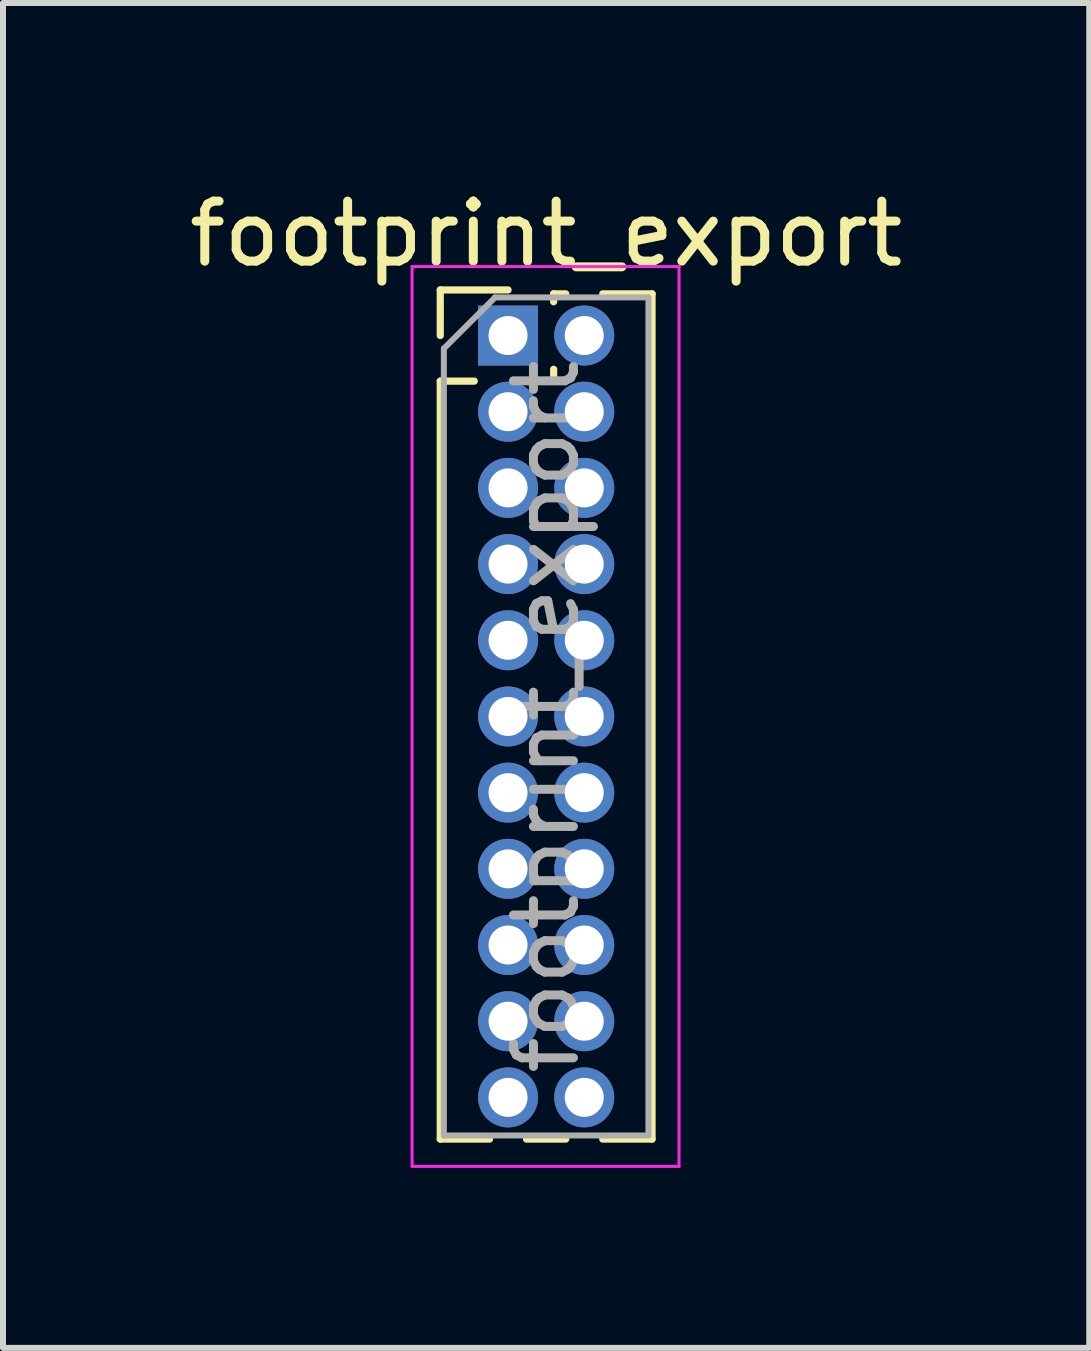
<source format=kicad_pcb>
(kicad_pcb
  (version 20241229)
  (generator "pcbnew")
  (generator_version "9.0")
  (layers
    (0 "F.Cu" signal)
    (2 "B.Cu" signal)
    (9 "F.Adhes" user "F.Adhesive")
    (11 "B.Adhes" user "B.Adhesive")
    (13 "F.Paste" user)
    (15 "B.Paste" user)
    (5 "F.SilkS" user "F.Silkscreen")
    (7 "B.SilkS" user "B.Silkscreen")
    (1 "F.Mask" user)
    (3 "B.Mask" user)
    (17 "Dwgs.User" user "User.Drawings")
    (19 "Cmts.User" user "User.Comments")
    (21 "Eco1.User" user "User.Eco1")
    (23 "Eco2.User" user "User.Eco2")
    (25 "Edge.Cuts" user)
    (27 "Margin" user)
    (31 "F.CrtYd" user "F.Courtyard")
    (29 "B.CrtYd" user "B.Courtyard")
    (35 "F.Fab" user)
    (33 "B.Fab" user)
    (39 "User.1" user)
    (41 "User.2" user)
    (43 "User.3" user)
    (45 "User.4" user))
  (footprint "footprint_export"
    (layer "F.Cu")
    (at 5.419 2.543)
    (property "Reference" "footprint_export" (at 0.635 -1.695 0) (layer "F.SilkS") (effects (font (size 1 1) (thickness 0.15))))
    (attr through_hole)
    (fp_line (start -1.13 -0.76) (end 0 -0.76) (stroke (width 0.12) (type solid)) (layer "F.SilkS"))
    (fp_line (start -1.13 0) (end -1.13 -0.76) (stroke (width 0.12) (type solid)) (layer "F.SilkS"))
    (fp_line (start -1.13 0.76) (end -1.13 13.395) (stroke (width 0.12) (type solid)) (layer "F.SilkS"))
    (fp_line (start -1.13 0.76) (end -0.563 0.76) (stroke (width 0.12) (type solid)) (layer "F.SilkS"))
    (fp_line (start -1.13 13.395) (end -0.308 13.395) (stroke (width 0.12) (type solid)) (layer "F.SilkS"))
    (fp_line (start 0.308 13.395) (end 0.962 13.395) (stroke (width 0.12) (type solid)) (layer "F.SilkS"))
    (fp_line (start 0.563 0.76) (end 0.707 0.76) (stroke (width 0.12) (type solid)) (layer "F.SilkS"))
    (fp_line (start 0.76 -0.695) (end 0.962 -0.695) (stroke (width 0.12) (type solid)) (layer "F.SilkS"))
    (fp_line (start 0.76 -0.563) (end 0.76 -0.695) (stroke (width 0.12) (type solid)) (layer "F.SilkS"))
    (fp_line (start 0.76 0.707) (end 0.76 0.563) (stroke (width 0.12) (type solid)) (layer "F.SilkS"))
    (fp_line (start 1.578 -0.695) (end 2.4 -0.695) (stroke (width 0.12) (type solid)) (layer "F.SilkS"))
    (fp_line (start 1.578 13.395) (end 2.4 13.395) (stroke (width 0.12) (type solid)) (layer "F.SilkS"))
    (fp_line (start 2.4 -0.695) (end 2.4 13.395) (stroke (width 0.12) (type solid)) (layer "F.SilkS"))
    (fp_line (start -1.6 -1.15) (end -1.6 13.85) (stroke (width 0.05) (type solid)) (layer "F.CrtYd"))
    (fp_line (start -1.6 13.85) (end 2.85 13.85) (stroke (width 0.05) (type solid)) (layer "F.CrtYd"))
    (fp_line (start 2.85 -1.15) (end -1.6 -1.15) (stroke (width 0.05) (type solid)) (layer "F.CrtYd"))
    (fp_line (start 2.85 13.85) (end 2.85 -1.15) (stroke (width 0.05) (type solid)) (layer "F.CrtYd"))
    (fp_line (start -1.07 0.217) (end -0.217 -0.635) (stroke (width 0.1) (type solid)) (layer "F.Fab"))
    (fp_line (start -1.07 13.335) (end -1.07 0.217) (stroke (width 0.1) (type solid)) (layer "F.Fab"))
    (fp_line (start -0.217 -0.635) (end 2.34 -0.635) (stroke (width 0.1) (type solid)) (layer "F.Fab"))
    (fp_line (start 2.34 -0.635) (end 2.34 13.335) (stroke (width 0.1) (type solid)) (layer "F.Fab"))
    (fp_line (start 2.34 13.335) (end -1.07 13.335) (stroke (width 0.1) (type solid)) (layer "F.Fab"))
    (fp_text user "${REFERENCE}" (at 0.635 6.35 90) (layer "F.Fab") (effects (font (size 1 1) (thickness 0.15))))
    (pad "1" thru_hole rect (at 0 0) (size 1 1) (drill 0.65) (layers "*.Cu" "*.Mask"))
    (pad "2" thru_hole oval (at 1.27 0) (size 1 1) (drill 0.65) (layers "*.Cu" "*.Mask"))
    (pad "3" thru_hole oval (at 0 1.27) (size 1 1) (drill 0.65) (layers "*.Cu" "*.Mask"))
    (pad "4" thru_hole oval (at 1.27 1.27) (size 1 1) (drill 0.65) (layers "*.Cu" "*.Mask"))
    (pad "5" thru_hole oval (at 0 2.54) (size 1 1) (drill 0.65) (layers "*.Cu" "*.Mask"))
    (pad "6" thru_hole oval (at 1.27 2.54) (size 1 1) (drill 0.65) (layers "*.Cu" "*.Mask"))
    (pad "7" thru_hole oval (at 0 3.81) (size 1 1) (drill 0.65) (layers "*.Cu" "*.Mask"))
    (pad "8" thru_hole oval (at 1.27 3.81) (size 1 1) (drill 0.65) (layers "*.Cu" "*.Mask"))
    (pad "9" thru_hole oval (at 0 5.08) (size 1 1) (drill 0.65) (layers "*.Cu" "*.Mask"))
    (pad "10" thru_hole oval (at 1.27 5.08) (size 1 1) (drill 0.65) (layers "*.Cu" "*.Mask"))
    (pad "11" thru_hole oval (at 0 6.35) (size 1 1) (drill 0.65) (layers "*.Cu" "*.Mask"))
    (pad "12" thru_hole oval (at 1.27 6.35) (size 1 1) (drill 0.65) (layers "*.Cu" "*.Mask"))
    (pad "13" thru_hole oval (at 0 7.62) (size 1 1) (drill 0.65) (layers "*.Cu" "*.Mask"))
    (pad "14" thru_hole oval (at 1.27 7.62) (size 1 1) (drill 0.65) (layers "*.Cu" "*.Mask"))
    (pad "15" thru_hole oval (at 0 8.89) (size 1 1) (drill 0.65) (layers "*.Cu" "*.Mask"))
    (pad "16" thru_hole oval (at 1.27 8.89) (size 1 1) (drill 0.65) (layers "*.Cu" "*.Mask"))
    (pad "17" thru_hole oval (at 0 10.16) (size 1 1) (drill 0.65) (layers "*.Cu" "*.Mask"))
    (pad "18" thru_hole oval (at 1.27 10.16) (size 1 1) (drill 0.65) (layers "*.Cu" "*.Mask"))
    (pad "19" thru_hole oval (at 0 11.43) (size 1 1) (drill 0.65) (layers "*.Cu" "*.Mask"))
    (pad "20" thru_hole oval (at 1.27 11.43) (size 1 1) (drill 0.65) (layers "*.Cu" "*.Mask"))
    (pad "21" thru_hole oval (at 0 12.7) (size 1 1) (drill 0.65) (layers "*.Cu" "*.Mask"))
    (pad "22" thru_hole oval (at 1.27 12.7) (size 1 1) (drill 0.65) (layers "*.Cu" "*.Mask")))
  (gr_rect
    (start -3 -3)
    (end 15.107 19.418)
    (stroke (width 0.1) (type default))
    (fill no)
    (layer "Edge.Cuts")))
</source>
